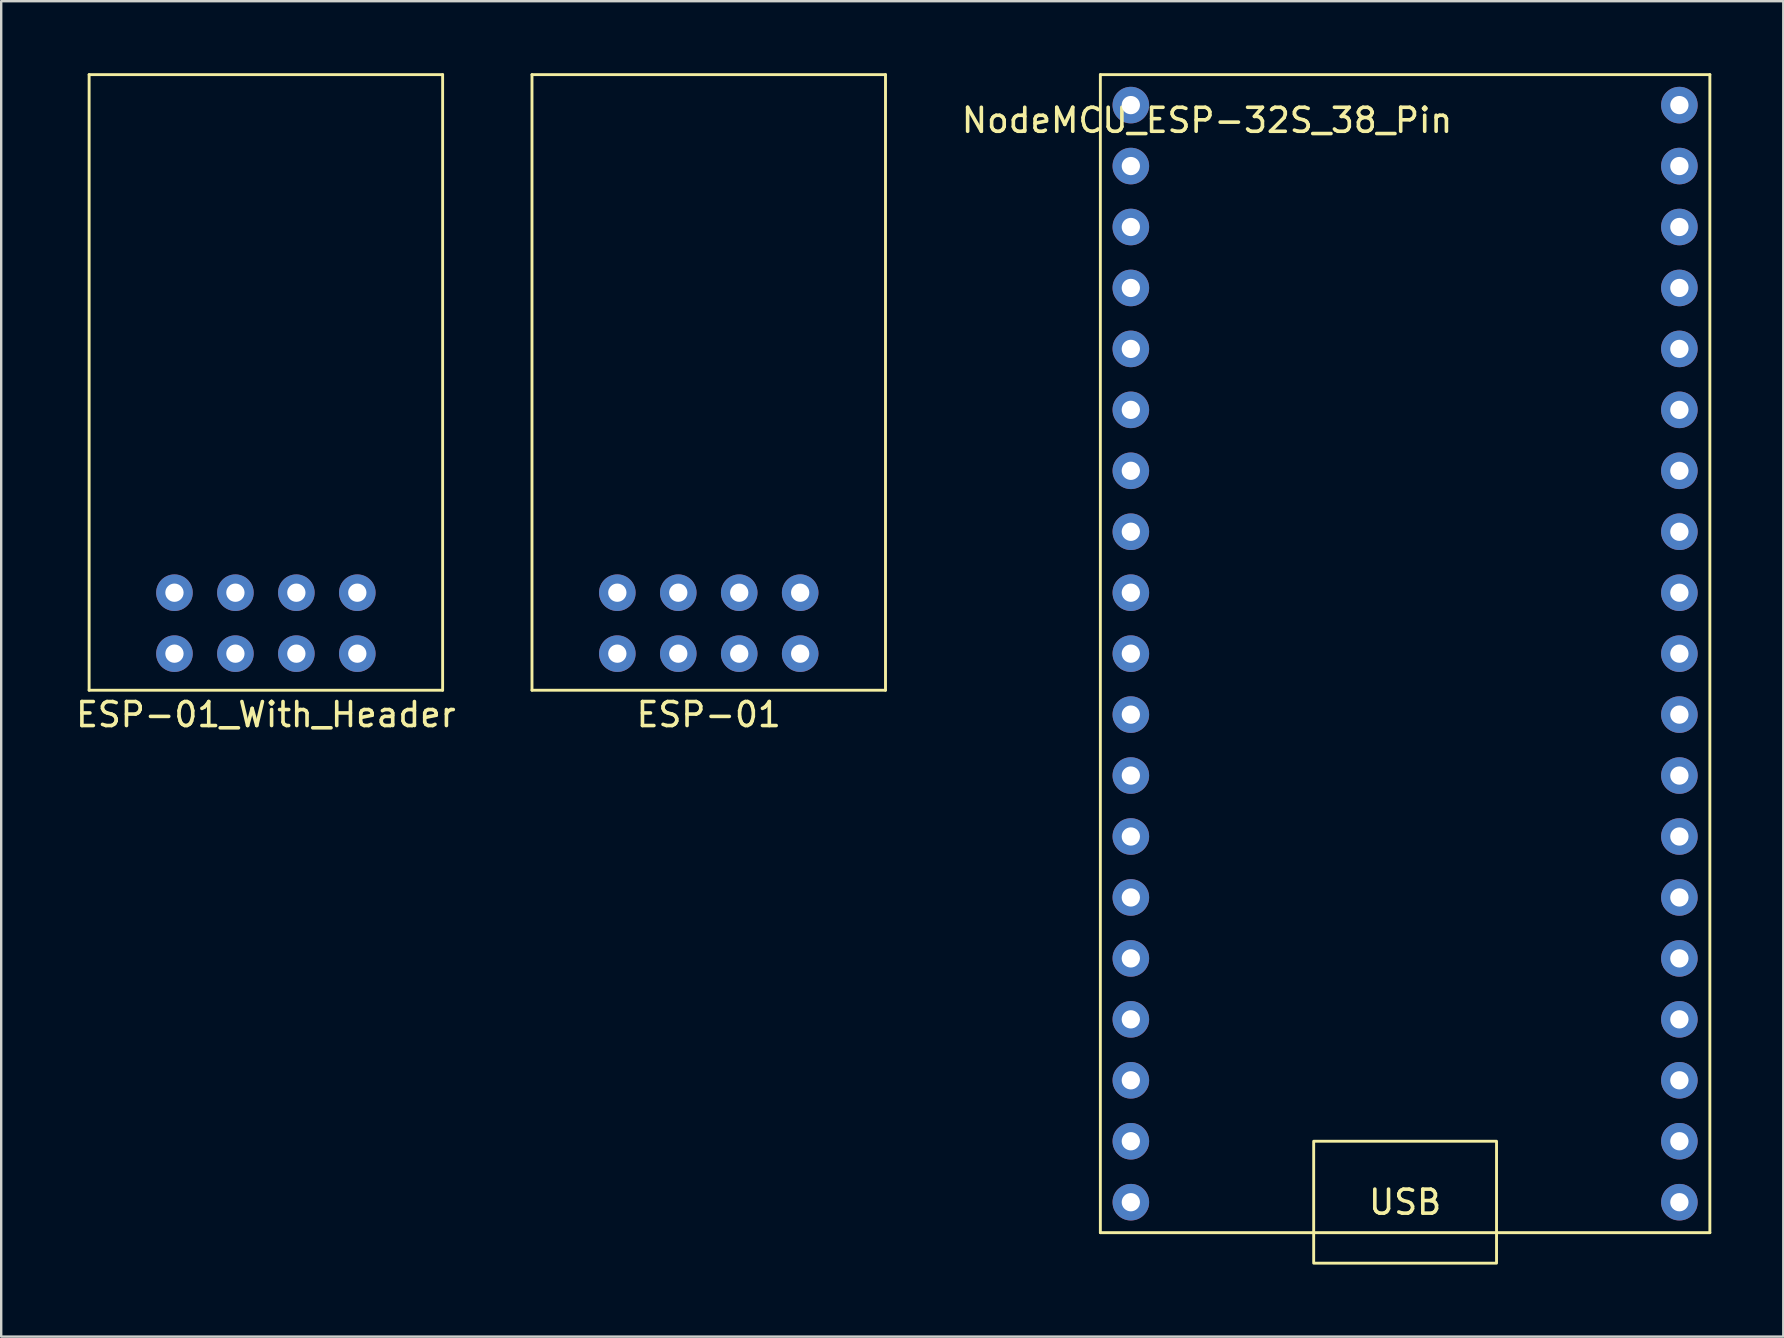
<source format=kicad_pcb>
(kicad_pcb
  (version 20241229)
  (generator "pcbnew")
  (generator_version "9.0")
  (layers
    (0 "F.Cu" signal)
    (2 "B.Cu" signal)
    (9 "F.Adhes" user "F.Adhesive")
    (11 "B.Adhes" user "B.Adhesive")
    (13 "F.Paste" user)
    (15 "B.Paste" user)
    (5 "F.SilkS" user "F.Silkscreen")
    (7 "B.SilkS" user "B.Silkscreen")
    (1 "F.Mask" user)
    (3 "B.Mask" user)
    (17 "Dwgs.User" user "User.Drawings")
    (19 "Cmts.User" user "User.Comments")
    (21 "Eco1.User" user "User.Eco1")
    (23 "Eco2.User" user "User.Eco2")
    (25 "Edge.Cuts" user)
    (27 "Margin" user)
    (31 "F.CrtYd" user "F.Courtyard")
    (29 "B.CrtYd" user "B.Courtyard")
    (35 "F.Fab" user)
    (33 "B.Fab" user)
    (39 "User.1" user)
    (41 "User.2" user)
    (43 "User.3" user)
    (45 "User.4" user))
  (footprint "ESP-01_With_Header"
    (layer "F.Cu")
    (at 8.03 22.92)
    (property "Reference" "ESP-01_With_Header" (at 0 3.81 0) (layer "F.SilkS") (effects (font (size 1 1) (thickness 0.15))))
    (attr through_hole)
    (fp_line (start -7.366 -22.86) (end -7.366 2.794) (stroke (width 0.12) (type solid)) (layer "F.SilkS"))
    (fp_line (start -7.366 2.794) (end 7.366 2.794) (stroke (width 0.12) (type solid)) (layer "F.SilkS"))
    (fp_line (start 7.366 -22.86) (end -7.366 -22.86) (stroke (width 0.12) (type solid)) (layer "F.SilkS"))
    (fp_line (start 7.366 2.794) (end 7.366 -22.86) (stroke (width 0.12) (type solid)) (layer "F.SilkS"))
    (pad "1" thru_hole circle (at -3.81 -1.27) (size 1.524 1.524) (drill 0.762) (layers "*.Cu" "*.Mask"))
    (pad "2" thru_hole circle (at -3.81 1.27) (size 1.524 1.524) (drill 0.762) (layers "*.Cu" "*.Mask"))
    (pad "3" thru_hole circle (at -1.27 -1.27) (size 1.524 1.524) (drill 0.762) (layers "*.Cu" "*.Mask"))
    (pad "4" thru_hole circle (at -1.27 1.27) (size 1.524 1.524) (drill 0.762) (layers "*.Cu" "*.Mask"))
    (pad "5" thru_hole circle (at 1.27 -1.27) (size 1.524 1.524) (drill 0.762) (layers "*.Cu" "*.Mask"))
    (pad "6" thru_hole circle (at 1.27 1.27) (size 1.524 1.524) (drill 0.762) (layers "*.Cu" "*.Mask"))
    (pad "7" thru_hole circle (at 3.81 -1.27) (size 1.524 1.524) (drill 0.762) (layers "*.Cu" "*.Mask"))
    (pad "8" thru_hole circle (at 3.81 1.27) (size 1.524 1.524) (drill 0.762) (layers "*.Cu" "*.Mask")))
  (footprint "ESP-01"
    (layer "F.Cu")
    (at 26.486 22.92)
    (property "Reference" "ESP-01" (at 0 3.81 0) (layer "F.SilkS") (effects (font (size 1 1) (thickness 0.15))))
    (attr through_hole)
    (fp_line (start -7.366 -22.86) (end -7.366 2.794) (stroke (width 0.12) (type solid)) (layer "F.SilkS"))
    (fp_line (start -7.366 2.794) (end 7.366 2.794) (stroke (width 0.12) (type solid)) (layer "F.SilkS"))
    (fp_line (start 7.366 -22.86) (end -7.366 -22.86) (stroke (width 0.12) (type solid)) (layer "F.SilkS"))
    (fp_line (start 7.366 2.794) (end 7.366 -22.86) (stroke (width 0.12) (type solid)) (layer "F.SilkS"))
    (pad "1" thru_hole circle (at -3.81 -1.27) (size 1.524 1.524) (drill 0.762) (layers "*.Cu" "*.Mask"))
    (pad "2" thru_hole circle (at -3.81 1.27) (size 1.524 1.524) (drill 0.762) (layers "*.Cu" "*.Mask"))
    (pad "3" thru_hole circle (at -1.27 -1.27) (size 1.524 1.524) (drill 0.762) (layers "*.Cu" "*.Mask"))
    (pad "4" thru_hole circle (at -1.27 1.27) (size 1.524 1.524) (drill 0.762) (layers "*.Cu" "*.Mask"))
    (pad "5" thru_hole circle (at 1.27 -1.27) (size 1.524 1.524) (drill 0.762) (layers "*.Cu" "*.Mask"))
    (pad "6" thru_hole circle (at 1.27 1.27) (size 1.524 1.524) (drill 0.762) (layers "*.Cu" "*.Mask"))
    (pad "7" thru_hole circle (at 3.81 -1.27) (size 1.524 1.524) (drill 0.762) (layers "*.Cu" "*.Mask"))
    (pad "8" thru_hole circle (at 3.81 1.27) (size 1.524 1.524) (drill 0.762) (layers "*.Cu" "*.Mask")))
  (footprint "NodeMCU_ESP-32S_38_Pin"
    (layer "F.Cu")
    (at 55.506 24.19)
    (property "Reference" "NodeMCU_ESP-32S_38_Pin" (at -8.255 -22.225 0) (layer "F.SilkS") (effects (font (size 1 1) (thickness 0.15))))
    (attr through_hole)
    (fp_line (start -12.7 -24.13) (end 12.7 -24.13) (stroke (width 0.12) (type solid)) (layer "F.SilkS"))
    (fp_line (start -12.7 24.13) (end -12.7 -24.13) (stroke (width 0.12) (type solid)) (layer "F.SilkS"))
    (fp_line (start 12.7 -24.13) (end 12.7 24.13) (stroke (width 0.12) (type solid)) (layer "F.SilkS"))
    (fp_line (start 12.7 24.13) (end -12.7 24.13) (stroke (width 0.12) (type solid)) (layer "F.SilkS"))
    (fp_rect (start -3.81 20.32) (end 3.81 25.4) (stroke (width 0.12) (type solid)) (fill no) (layer "F.SilkS"))
    (fp_text user "USB" (at 0 22.86 0) (unlocked yes) (layer "F.SilkS") (effects (font (size 1 1) (thickness 0.15))))
    (pad "1" thru_hole circle (at -11.43 -22.86) (size 1.524 1.524) (drill 0.762) (layers "*.Cu" "*.Mask"))
    (pad "2" thru_hole circle (at -11.43 -20.32) (size 1.524 1.524) (drill 0.762) (layers "*.Cu" "*.Mask"))
    (pad "3" thru_hole circle (at -11.43 -17.78) (size 1.524 1.524) (drill 0.762) (layers "*.Cu" "*.Mask"))
    (pad "4" thru_hole circle (at -11.43 -15.24) (size 1.524 1.524) (drill 0.762) (layers "*.Cu" "*.Mask"))
    (pad "5" thru_hole circle (at -11.43 -12.7) (size 1.524 1.524) (drill 0.762) (layers "*.Cu" "*.Mask"))
    (pad "6" thru_hole circle (at -11.43 -10.16) (size 1.524 1.524) (drill 0.762) (layers "*.Cu" "*.Mask"))
    (pad "7" thru_hole circle (at -11.43 -7.62) (size 1.524 1.524) (drill 0.762) (layers "*.Cu" "*.Mask"))
    (pad "8" thru_hole circle (at -11.43 -5.08) (size 1.524 1.524) (drill 0.762) (layers "*.Cu" "*.Mask"))
    (pad "9" thru_hole circle (at -11.43 -2.54) (size 1.524 1.524) (drill 0.762) (layers "*.Cu" "*.Mask"))
    (pad "10" thru_hole circle (at -11.43 0) (size 1.524 1.524) (drill 0.762) (layers "*.Cu" "*.Mask"))
    (pad "11" thru_hole circle (at -11.43 2.54) (size 1.524 1.524) (drill 0.762) (layers "*.Cu" "*.Mask"))
    (pad "12" thru_hole circle (at -11.43 5.08) (size 1.524 1.524) (drill 0.762) (layers "*.Cu" "*.Mask"))
    (pad "13" thru_hole circle (at -11.43 7.62) (size 1.524 1.524) (drill 0.762) (layers "*.Cu" "*.Mask"))
    (pad "14" thru_hole circle (at -11.43 10.16) (size 1.524 1.524) (drill 0.762) (layers "*.Cu" "*.Mask"))
    (pad "15" thru_hole circle (at -11.43 12.7) (size 1.524 1.524) (drill 0.762) (layers "*.Cu" "*.Mask"))
    (pad "16" thru_hole circle (at -11.43 15.24) (size 1.524 1.524) (drill 0.762) (layers "*.Cu" "*.Mask"))
    (pad "17" thru_hole circle (at -11.43 17.78) (size 1.524 1.524) (drill 0.762) (layers "*.Cu" "*.Mask"))
    (pad "18" thru_hole circle (at -11.43 20.32) (size 1.524 1.524) (drill 0.762) (layers "*.Cu" "*.Mask"))
    (pad "19" thru_hole circle (at -11.43 22.86) (size 1.524 1.524) (drill 0.762) (layers "*.Cu" "*.Mask"))
    (pad "20" thru_hole circle (at 11.43 22.86 180) (size 1.524 1.524) (drill 0.762) (layers "*.Cu" "*.Mask"))
    (pad "21" thru_hole circle (at 11.43 20.32 180) (size 1.524 1.524) (drill 0.762) (layers "*.Cu" "*.Mask"))
    (pad "22" thru_hole circle (at 11.43 17.78 180) (size 1.524 1.524) (drill 0.762) (layers "*.Cu" "*.Mask"))
    (pad "23" thru_hole circle (at 11.43 15.24 180) (size 1.524 1.524) (drill 0.762) (layers "*.Cu" "*.Mask"))
    (pad "24" thru_hole circle (at 11.43 12.7 180) (size 1.524 1.524) (drill 0.762) (layers "*.Cu" "*.Mask"))
    (pad "25" thru_hole circle (at 11.43 10.16 180) (size 1.524 1.524) (drill 0.762) (layers "*.Cu" "*.Mask"))
    (pad "26" thru_hole circle (at 11.43 7.62 180) (size 1.524 1.524) (drill 0.762) (layers "*.Cu" "*.Mask"))
    (pad "27" thru_hole circle (at 11.43 5.08 180) (size 1.524 1.524) (drill 0.762) (layers "*.Cu" "*.Mask"))
    (pad "28" thru_hole circle (at 11.43 2.54 180) (size 1.524 1.524) (drill 0.762) (layers "*.Cu" "*.Mask"))
    (pad "29" thru_hole circle (at 11.43 0 180) (size 1.524 1.524) (drill 0.762) (layers "*.Cu" "*.Mask"))
    (pad "30" thru_hole circle (at 11.43 -2.54 180) (size 1.524 1.524) (drill 0.762) (layers "*.Cu" "*.Mask"))
    (pad "31" thru_hole circle (at 11.43 -5.08 180) (size 1.524 1.524) (drill 0.762) (layers "*.Cu" "*.Mask"))
    (pad "32" thru_hole circle (at 11.43 -7.62 180) (size 1.524 1.524) (drill 0.762) (layers "*.Cu" "*.Mask"))
    (pad "33" thru_hole circle (at 11.43 -10.16 180) (size 1.524 1.524) (drill 0.762) (layers "*.Cu" "*.Mask"))
    (pad "34" thru_hole circle (at 11.43 -12.7 180) (size 1.524 1.524) (drill 0.762) (layers "*.Cu" "*.Mask"))
    (pad "35" thru_hole circle (at 11.43 -15.24 180) (size 1.524 1.524) (drill 0.762) (layers "*.Cu" "*.Mask"))
    (pad "36" thru_hole circle (at 11.43 -17.78 180) (size 1.524 1.524) (drill 0.762) (layers "*.Cu" "*.Mask"))
    (pad "37" thru_hole circle (at 11.43 -20.32 180) (size 1.524 1.524) (drill 0.762) (layers "*.Cu" "*.Mask"))
    (pad "38" thru_hole circle (at 11.43 -22.86 180) (size 1.524 1.524) (drill 0.762) (layers "*.Cu" "*.Mask")))
  (gr_rect
    (start -3 -3)
    (end 71.266 52.65)
    (stroke (width 0.1) (type default))
    (fill no)
    (layer "Edge.Cuts")))
</source>
